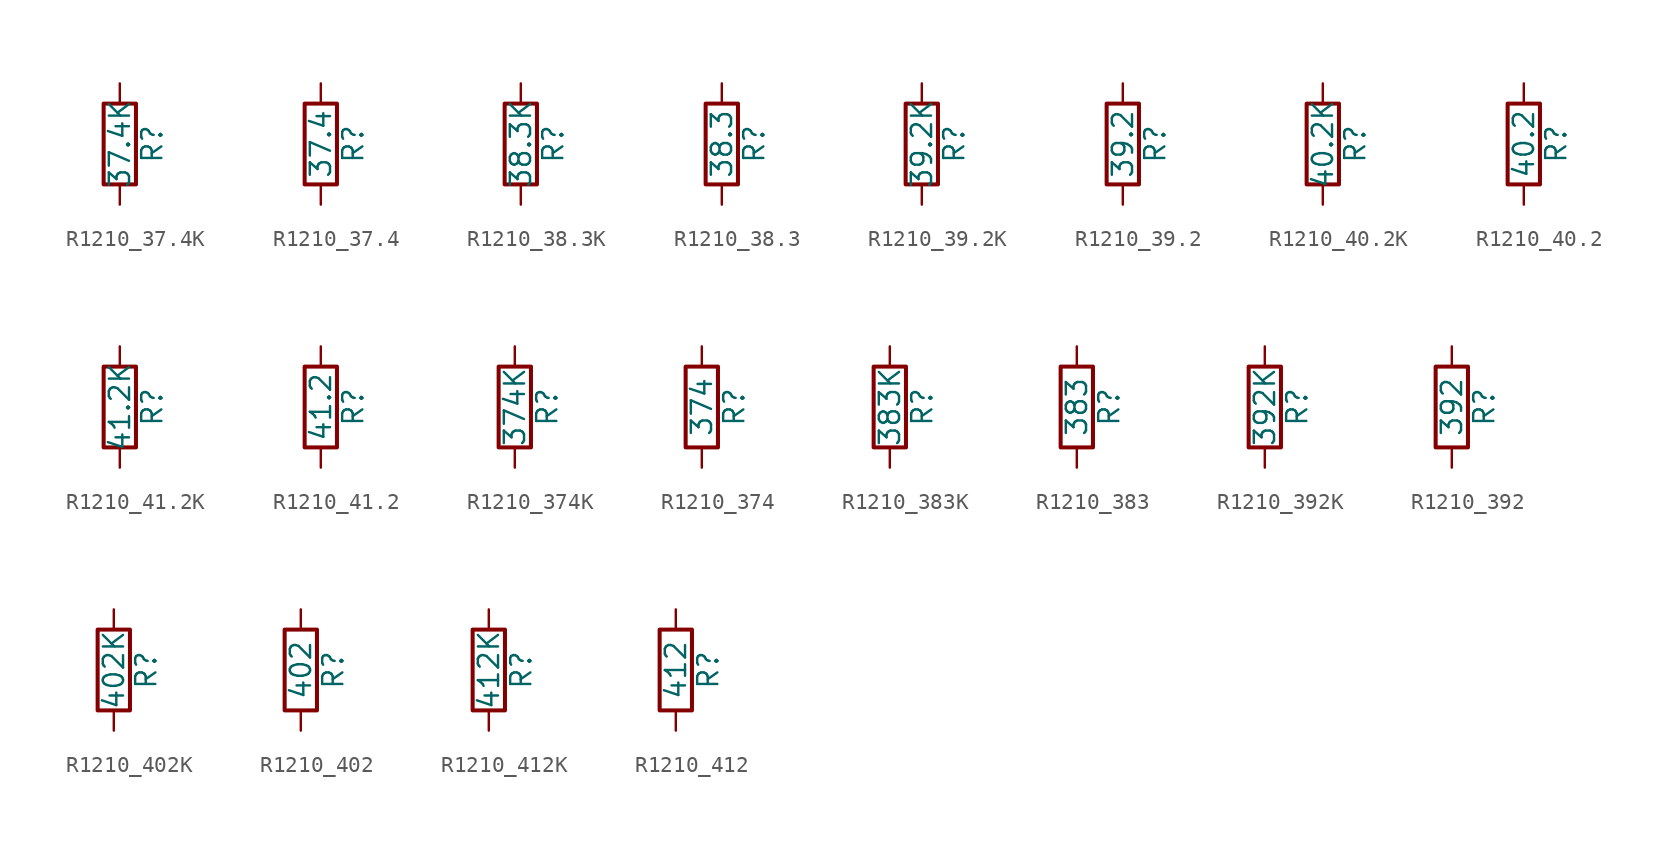
<source format=kicad_sym>
(kicad_symbol_lib
  (version 20211014)
  (generator atlantix-eda)
  (symbol "R1210_37.4K"
    (pin_numbers hide)
    (pin_names
      (offset 0))
    (property "Reference" "R"
      (at 2.032 0 90)
      (effects (font (size 1.27 1.27))))
    (property "Value" "37.4K"
      (at 0 0 90)
      (effects (font (size 1.27 1.27))))
    (symbol "R1210_37.4K_0_1"
      (rectangle (start -1.016 -2.54) (end 1.016 2.54) (stroke (width 0.254) (type default) (color 0 0 0 0)) (fill (type none))))
    (symbol "R1210_37.4K_1_1"
      (pin passive line (at 0 3.81 270) (length 1.27) (name "~" (effects (font (size 1.27 1.27)))) (number "1" (effects (font (size 1.27 1.27)))))
      (pin passive line (at 0 -3.81 90) (length 1.27) (name "~" (effects (font (size 1.27 1.27)))) (number "2" (effects (font (size 1.27 1.27)))))))
  (symbol "R1210_37.4"
    (pin_numbers hide)
    (pin_names
      (offset 0))
    (property "Reference" "R"
      (at 2.032 0 90)
      (effects (font (size 1.27 1.27))))
    (property "Value" "37.4"
      (at 0 0 90)
      (effects (font (size 1.27 1.27))))
    (symbol "R1210_37.4_0_1"
      (rectangle (start -1.016 -2.54) (end 1.016 2.54) (stroke (width 0.254) (type default) (color 0 0 0 0)) (fill (type none))))
    (symbol "R1210_37.4_1_1"
      (pin passive line (at 0 3.81 270) (length 1.27) (name "~" (effects (font (size 1.27 1.27)))) (number "1" (effects (font (size 1.27 1.27)))))
      (pin passive line (at 0 -3.81 90) (length 1.27) (name "~" (effects (font (size 1.27 1.27)))) (number "2" (effects (font (size 1.27 1.27)))))))
  (symbol "R1210_38.3K"
    (pin_numbers hide)
    (pin_names
      (offset 0))
    (property "Reference" "R"
      (at 2.032 0 90)
      (effects (font (size 1.27 1.27))))
    (property "Value" "38.3K"
      (at 0 0 90)
      (effects (font (size 1.27 1.27))))
    (symbol "R1210_38.3K_0_1"
      (rectangle (start -1.016 -2.54) (end 1.016 2.54) (stroke (width 0.254) (type default) (color 0 0 0 0)) (fill (type none))))
    (symbol "R1210_38.3K_1_1"
      (pin passive line (at 0 3.81 270) (length 1.27) (name "~" (effects (font (size 1.27 1.27)))) (number "1" (effects (font (size 1.27 1.27)))))
      (pin passive line (at 0 -3.81 90) (length 1.27) (name "~" (effects (font (size 1.27 1.27)))) (number "2" (effects (font (size 1.27 1.27)))))))
  (symbol "R1210_38.3"
    (pin_numbers hide)
    (pin_names
      (offset 0))
    (property "Reference" "R"
      (at 2.032 0 90)
      (effects (font (size 1.27 1.27))))
    (property "Value" "38.3"
      (at 0 0 90)
      (effects (font (size 1.27 1.27))))
    (symbol "R1210_38.3_0_1"
      (rectangle (start -1.016 -2.54) (end 1.016 2.54) (stroke (width 0.254) (type default) (color 0 0 0 0)) (fill (type none))))
    (symbol "R1210_38.3_1_1"
      (pin passive line (at 0 3.81 270) (length 1.27) (name "~" (effects (font (size 1.27 1.27)))) (number "1" (effects (font (size 1.27 1.27)))))
      (pin passive line (at 0 -3.81 90) (length 1.27) (name "~" (effects (font (size 1.27 1.27)))) (number "2" (effects (font (size 1.27 1.27)))))))
  (symbol "R1210_39.2K"
    (pin_numbers hide)
    (pin_names
      (offset 0))
    (property "Reference" "R"
      (at 2.032 0 90)
      (effects (font (size 1.27 1.27))))
    (property "Value" "39.2K"
      (at 0 0 90)
      (effects (font (size 1.27 1.27))))
    (symbol "R1210_39.2K_0_1"
      (rectangle (start -1.016 -2.54) (end 1.016 2.54) (stroke (width 0.254) (type default) (color 0 0 0 0)) (fill (type none))))
    (symbol "R1210_39.2K_1_1"
      (pin passive line (at 0 3.81 270) (length 1.27) (name "~" (effects (font (size 1.27 1.27)))) (number "1" (effects (font (size 1.27 1.27)))))
      (pin passive line (at 0 -3.81 90) (length 1.27) (name "~" (effects (font (size 1.27 1.27)))) (number "2" (effects (font (size 1.27 1.27)))))))
  (symbol "R1210_39.2"
    (pin_numbers hide)
    (pin_names
      (offset 0))
    (property "Reference" "R"
      (at 2.032 0 90)
      (effects (font (size 1.27 1.27))))
    (property "Value" "39.2"
      (at 0 0 90)
      (effects (font (size 1.27 1.27))))
    (symbol "R1210_39.2_0_1"
      (rectangle (start -1.016 -2.54) (end 1.016 2.54) (stroke (width 0.254) (type default) (color 0 0 0 0)) (fill (type none))))
    (symbol "R1210_39.2_1_1"
      (pin passive line (at 0 3.81 270) (length 1.27) (name "~" (effects (font (size 1.27 1.27)))) (number "1" (effects (font (size 1.27 1.27)))))
      (pin passive line (at 0 -3.81 90) (length 1.27) (name "~" (effects (font (size 1.27 1.27)))) (number "2" (effects (font (size 1.27 1.27)))))))
  (symbol "R1210_40.2K"
    (pin_numbers hide)
    (pin_names
      (offset 0))
    (property "Reference" "R"
      (at 2.032 0 90)
      (effects (font (size 1.27 1.27))))
    (property "Value" "40.2K"
      (at 0 0 90)
      (effects (font (size 1.27 1.27))))
    (symbol "R1210_40.2K_0_1"
      (rectangle (start -1.016 -2.54) (end 1.016 2.54) (stroke (width 0.254) (type default) (color 0 0 0 0)) (fill (type none))))
    (symbol "R1210_40.2K_1_1"
      (pin passive line (at 0 3.81 270) (length 1.27) (name "~" (effects (font (size 1.27 1.27)))) (number "1" (effects (font (size 1.27 1.27)))))
      (pin passive line (at 0 -3.81 90) (length 1.27) (name "~" (effects (font (size 1.27 1.27)))) (number "2" (effects (font (size 1.27 1.27)))))))
  (symbol "R1210_40.2"
    (pin_numbers hide)
    (pin_names
      (offset 0))
    (property "Reference" "R"
      (at 2.032 0 90)
      (effects (font (size 1.27 1.27))))
    (property "Value" "40.2"
      (at 0 0 90)
      (effects (font (size 1.27 1.27))))
    (symbol "R1210_40.2_0_1"
      (rectangle (start -1.016 -2.54) (end 1.016 2.54) (stroke (width 0.254) (type default) (color 0 0 0 0)) (fill (type none))))
    (symbol "R1210_40.2_1_1"
      (pin passive line (at 0 3.81 270) (length 1.27) (name "~" (effects (font (size 1.27 1.27)))) (number "1" (effects (font (size 1.27 1.27)))))
      (pin passive line (at 0 -3.81 90) (length 1.27) (name "~" (effects (font (size 1.27 1.27)))) (number "2" (effects (font (size 1.27 1.27)))))))
  (symbol "R1210_41.2K"
    (pin_numbers hide)
    (pin_names
      (offset 0))
    (property "Reference" "R"
      (at 2.032 0 90)
      (effects (font (size 1.27 1.27))))
    (property "Value" "41.2K"
      (at 0 0 90)
      (effects (font (size 1.27 1.27))))
    (symbol "R1210_41.2K_0_1"
      (rectangle (start -1.016 -2.54) (end 1.016 2.54) (stroke (width 0.254) (type default) (color 0 0 0 0)) (fill (type none))))
    (symbol "R1210_41.2K_1_1"
      (pin passive line (at 0 3.81 270) (length 1.27) (name "~" (effects (font (size 1.27 1.27)))) (number "1" (effects (font (size 1.27 1.27)))))
      (pin passive line (at 0 -3.81 90) (length 1.27) (name "~" (effects (font (size 1.27 1.27)))) (number "2" (effects (font (size 1.27 1.27)))))))
  (symbol "R1210_41.2"
    (pin_numbers hide)
    (pin_names
      (offset 0))
    (property "Reference" "R"
      (at 2.032 0 90)
      (effects (font (size 1.27 1.27))))
    (property "Value" "41.2"
      (at 0 0 90)
      (effects (font (size 1.27 1.27))))
    (symbol "R1210_41.2_0_1"
      (rectangle (start -1.016 -2.54) (end 1.016 2.54) (stroke (width 0.254) (type default) (color 0 0 0 0)) (fill (type none))))
    (symbol "R1210_41.2_1_1"
      (pin passive line (at 0 3.81 270) (length 1.27) (name "~" (effects (font (size 1.27 1.27)))) (number "1" (effects (font (size 1.27 1.27)))))
      (pin passive line (at 0 -3.81 90) (length 1.27) (name "~" (effects (font (size 1.27 1.27)))) (number "2" (effects (font (size 1.27 1.27)))))))
  (symbol "R1210_374K"
    (pin_numbers hide)
    (pin_names
      (offset 0))
    (property "Reference" "R"
      (at 2.032 0 90)
      (effects (font (size 1.27 1.27))))
    (property "Value" "374K"
      (at 0 0 90)
      (effects (font (size 1.27 1.27))))
    (symbol "R1210_374K_0_1"
      (rectangle (start -1.016 -2.54) (end 1.016 2.54) (stroke (width 0.254) (type default) (color 0 0 0 0)) (fill (type none))))
    (symbol "R1210_374K_1_1"
      (pin passive line (at 0 3.81 270) (length 1.27) (name "~" (effects (font (size 1.27 1.27)))) (number "1" (effects (font (size 1.27 1.27)))))
      (pin passive line (at 0 -3.81 90) (length 1.27) (name "~" (effects (font (size 1.27 1.27)))) (number "2" (effects (font (size 1.27 1.27)))))))
  (symbol "R1210_374"
    (pin_numbers hide)
    (pin_names
      (offset 0))
    (property "Reference" "R"
      (at 2.032 0 90)
      (effects (font (size 1.27 1.27))))
    (property "Value" "374"
      (at 0 0 90)
      (effects (font (size 1.27 1.27))))
    (symbol "R1210_374_0_1"
      (rectangle (start -1.016 -2.54) (end 1.016 2.54) (stroke (width 0.254) (type default) (color 0 0 0 0)) (fill (type none))))
    (symbol "R1210_374_1_1"
      (pin passive line (at 0 3.81 270) (length 1.27) (name "~" (effects (font (size 1.27 1.27)))) (number "1" (effects (font (size 1.27 1.27)))))
      (pin passive line (at 0 -3.81 90) (length 1.27) (name "~" (effects (font (size 1.27 1.27)))) (number "2" (effects (font (size 1.27 1.27)))))))
  (symbol "R1210_383K"
    (pin_numbers hide)
    (pin_names
      (offset 0))
    (property "Reference" "R"
      (at 2.032 0 90)
      (effects (font (size 1.27 1.27))))
    (property "Value" "383K"
      (at 0 0 90)
      (effects (font (size 1.27 1.27))))
    (symbol "R1210_383K_0_1"
      (rectangle (start -1.016 -2.54) (end 1.016 2.54) (stroke (width 0.254) (type default) (color 0 0 0 0)) (fill (type none))))
    (symbol "R1210_383K_1_1"
      (pin passive line (at 0 3.81 270) (length 1.27) (name "~" (effects (font (size 1.27 1.27)))) (number "1" (effects (font (size 1.27 1.27)))))
      (pin passive line (at 0 -3.81 90) (length 1.27) (name "~" (effects (font (size 1.27 1.27)))) (number "2" (effects (font (size 1.27 1.27)))))))
  (symbol "R1210_383"
    (pin_numbers hide)
    (pin_names
      (offset 0))
    (property "Reference" "R"
      (at 2.032 0 90)
      (effects (font (size 1.27 1.27))))
    (property "Value" "383"
      (at 0 0 90)
      (effects (font (size 1.27 1.27))))
    (symbol "R1210_383_0_1"
      (rectangle (start -1.016 -2.54) (end 1.016 2.54) (stroke (width 0.254) (type default) (color 0 0 0 0)) (fill (type none))))
    (symbol "R1210_383_1_1"
      (pin passive line (at 0 3.81 270) (length 1.27) (name "~" (effects (font (size 1.27 1.27)))) (number "1" (effects (font (size 1.27 1.27)))))
      (pin passive line (at 0 -3.81 90) (length 1.27) (name "~" (effects (font (size 1.27 1.27)))) (number "2" (effects (font (size 1.27 1.27)))))))
  (symbol "R1210_392K"
    (pin_numbers hide)
    (pin_names
      (offset 0))
    (property "Reference" "R"
      (at 2.032 0 90)
      (effects (font (size 1.27 1.27))))
    (property "Value" "392K"
      (at 0 0 90)
      (effects (font (size 1.27 1.27))))
    (symbol "R1210_392K_0_1"
      (rectangle (start -1.016 -2.54) (end 1.016 2.54) (stroke (width 0.254) (type default) (color 0 0 0 0)) (fill (type none))))
    (symbol "R1210_392K_1_1"
      (pin passive line (at 0 3.81 270) (length 1.27) (name "~" (effects (font (size 1.27 1.27)))) (number "1" (effects (font (size 1.27 1.27)))))
      (pin passive line (at 0 -3.81 90) (length 1.27) (name "~" (effects (font (size 1.27 1.27)))) (number "2" (effects (font (size 1.27 1.27)))))))
  (symbol "R1210_392"
    (pin_numbers hide)
    (pin_names
      (offset 0))
    (property "Reference" "R"
      (at 2.032 0 90)
      (effects (font (size 1.27 1.27))))
    (property "Value" "392"
      (at 0 0 90)
      (effects (font (size 1.27 1.27))))
    (symbol "R1210_392_0_1"
      (rectangle (start -1.016 -2.54) (end 1.016 2.54) (stroke (width 0.254) (type default) (color 0 0 0 0)) (fill (type none))))
    (symbol "R1210_392_1_1"
      (pin passive line (at 0 3.81 270) (length 1.27) (name "~" (effects (font (size 1.27 1.27)))) (number "1" (effects (font (size 1.27 1.27)))))
      (pin passive line (at 0 -3.81 90) (length 1.27) (name "~" (effects (font (size 1.27 1.27)))) (number "2" (effects (font (size 1.27 1.27)))))))
  (symbol "R1210_402K"
    (pin_numbers hide)
    (pin_names
      (offset 0))
    (property "Reference" "R"
      (at 2.032 0 90)
      (effects (font (size 1.27 1.27))))
    (property "Value" "402K"
      (at 0 0 90)
      (effects (font (size 1.27 1.27))))
    (symbol "R1210_402K_0_1"
      (rectangle (start -1.016 -2.54) (end 1.016 2.54) (stroke (width 0.254) (type default) (color 0 0 0 0)) (fill (type none))))
    (symbol "R1210_402K_1_1"
      (pin passive line (at 0 3.81 270) (length 1.27) (name "~" (effects (font (size 1.27 1.27)))) (number "1" (effects (font (size 1.27 1.27)))))
      (pin passive line (at 0 -3.81 90) (length 1.27) (name "~" (effects (font (size 1.27 1.27)))) (number "2" (effects (font (size 1.27 1.27)))))))
  (symbol "R1210_402"
    (pin_numbers hide)
    (pin_names
      (offset 0))
    (property "Reference" "R"
      (at 2.032 0 90)
      (effects (font (size 1.27 1.27))))
    (property "Value" "402"
      (at 0 0 90)
      (effects (font (size 1.27 1.27))))
    (symbol "R1210_402_0_1"
      (rectangle (start -1.016 -2.54) (end 1.016 2.54) (stroke (width 0.254) (type default) (color 0 0 0 0)) (fill (type none))))
    (symbol "R1210_402_1_1"
      (pin passive line (at 0 3.81 270) (length 1.27) (name "~" (effects (font (size 1.27 1.27)))) (number "1" (effects (font (size 1.27 1.27)))))
      (pin passive line (at 0 -3.81 90) (length 1.27) (name "~" (effects (font (size 1.27 1.27)))) (number "2" (effects (font (size 1.27 1.27)))))))
  (symbol "R1210_412K"
    (pin_numbers hide)
    (pin_names
      (offset 0))
    (property "Reference" "R"
      (at 2.032 0 90)
      (effects (font (size 1.27 1.27))))
    (property "Value" "412K"
      (at 0 0 90)
      (effects (font (size 1.27 1.27))))
    (symbol "R1210_412K_0_1"
      (rectangle (start -1.016 -2.54) (end 1.016 2.54) (stroke (width 0.254) (type default) (color 0 0 0 0)) (fill (type none))))
    (symbol "R1210_412K_1_1"
      (pin passive line (at 0 3.81 270) (length 1.27) (name "~" (effects (font (size 1.27 1.27)))) (number "1" (effects (font (size 1.27 1.27)))))
      (pin passive line (at 0 -3.81 90) (length 1.27) (name "~" (effects (font (size 1.27 1.27)))) (number "2" (effects (font (size 1.27 1.27)))))))
  (symbol "R1210_412"
    (pin_numbers hide)
    (pin_names
      (offset 0))
    (property "Reference" "R"
      (at 2.032 0 90)
      (effects (font (size 1.27 1.27))))
    (property "Value" "412"
      (at 0 0 90)
      (effects (font (size 1.27 1.27))))
    (symbol "R1210_412_0_1"
      (rectangle (start -1.016 -2.54) (end 1.016 2.54) (stroke (width 0.254) (type default) (color 0 0 0 0)) (fill (type none))))
    (symbol "R1210_412_1_1"
      (pin passive line (at 0 3.81 270) (length 1.27) (name "~" (effects (font (size 1.27 1.27)))) (number "1" (effects (font (size 1.27 1.27)))))
      (pin passive line (at 0 -3.81 90) (length 1.27) (name "~" (effects (font (size 1.27 1.27)))) (number "2" (effects (font (size 1.27 1.27))))))))
</source>
